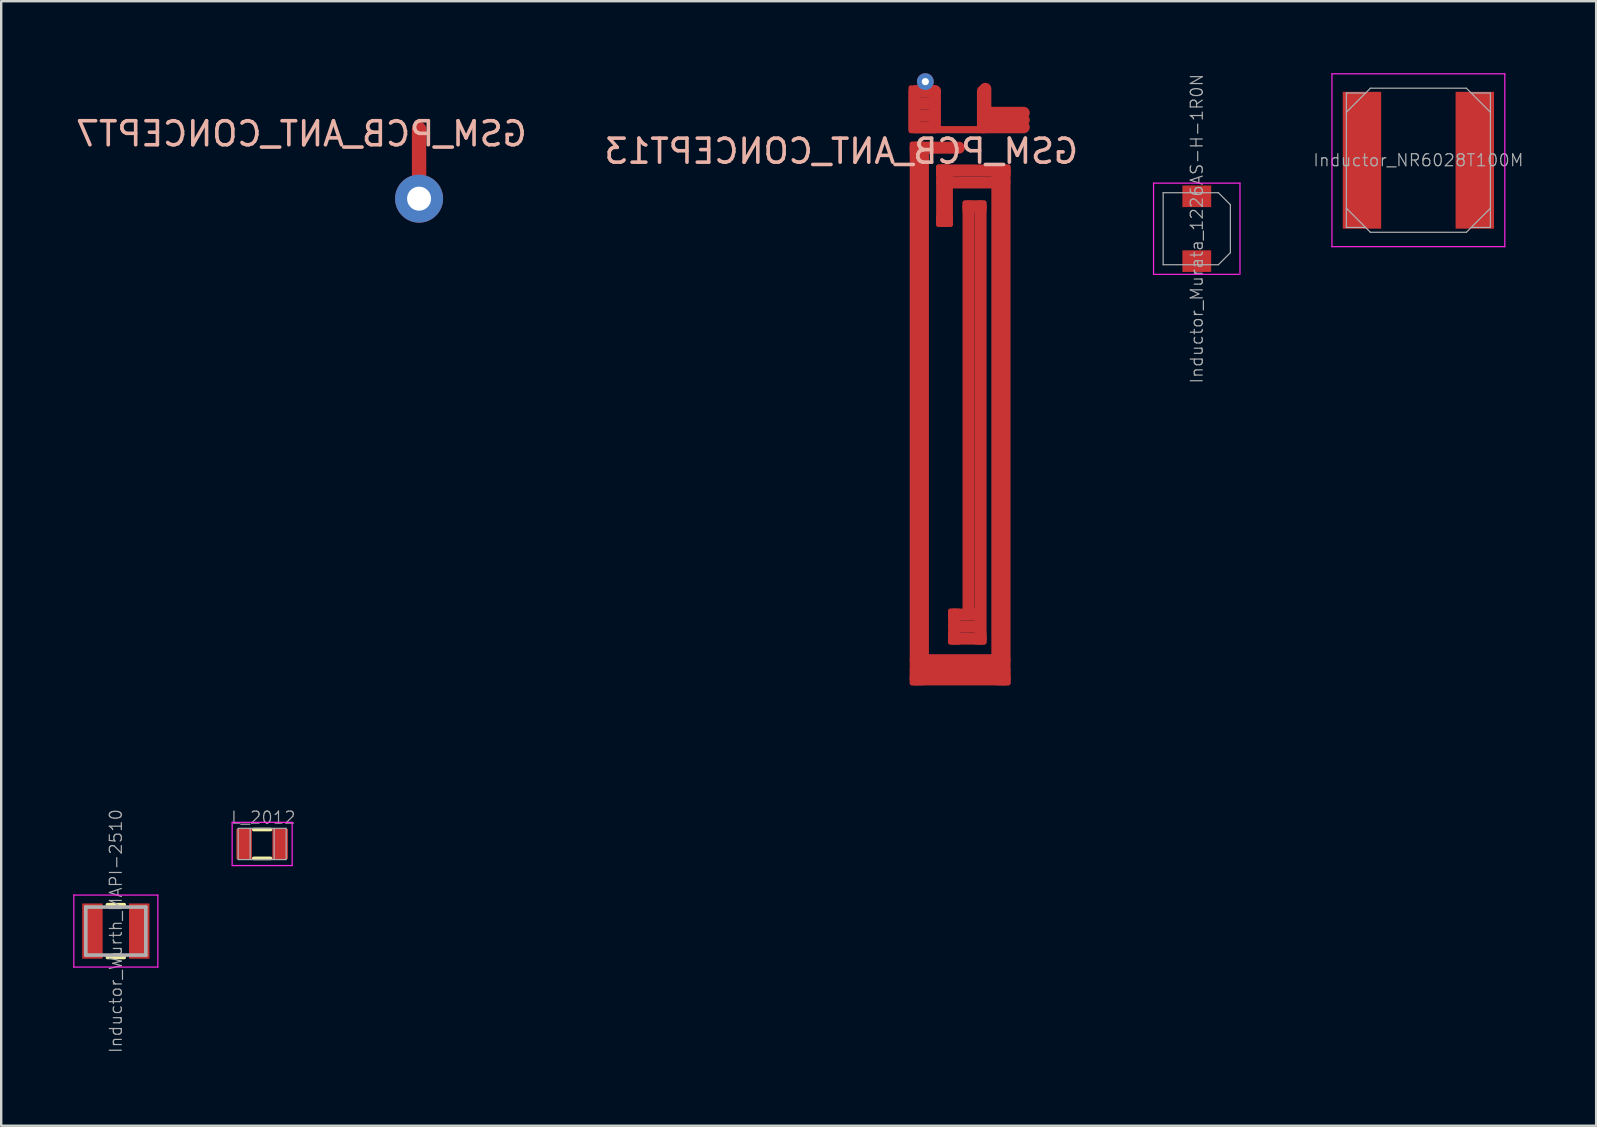
<source format=kicad_pcb>
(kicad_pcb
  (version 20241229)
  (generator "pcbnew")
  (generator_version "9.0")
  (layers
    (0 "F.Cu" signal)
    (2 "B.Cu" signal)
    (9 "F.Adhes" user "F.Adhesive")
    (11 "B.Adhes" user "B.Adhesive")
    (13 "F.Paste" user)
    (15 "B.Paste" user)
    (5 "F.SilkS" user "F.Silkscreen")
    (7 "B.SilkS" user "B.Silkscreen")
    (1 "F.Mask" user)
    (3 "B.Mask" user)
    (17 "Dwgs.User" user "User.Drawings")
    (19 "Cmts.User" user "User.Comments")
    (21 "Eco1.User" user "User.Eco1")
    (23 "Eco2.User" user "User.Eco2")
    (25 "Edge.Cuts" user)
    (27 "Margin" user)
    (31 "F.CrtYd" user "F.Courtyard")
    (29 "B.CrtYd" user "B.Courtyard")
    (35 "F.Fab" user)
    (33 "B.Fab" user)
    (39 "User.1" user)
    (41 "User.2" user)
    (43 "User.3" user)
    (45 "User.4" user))
  (footprint "Inductor_Murata_1226AS-H-1R0N"
    (layer "F.Cu")
    (at 46.801 6.477)
    (property "Reference" "Inductor_Murata_1226AS-H-1R0N" (at 0 0 270) (layer "F.Fab") (effects (font (size 0.5 0.5) (thickness 0.05))))
    (attr smd)
    (fp_line (start -1.8 -1.9) (end -1.8 1.9) (stroke (width 0.05) (type solid)) (layer "F.CrtYd"))
    (fp_line (start -1.8 1.9) (end 1.75 1.9) (stroke (width 0.05) (type solid)) (layer "F.CrtYd"))
    (fp_line (start 1.8 -1.9) (end -1.8 -1.9) (stroke (width 0.05) (type solid)) (layer "F.CrtYd"))
    (fp_line (start 1.8 1.9) (end 1.8 -1.9) (stroke (width 0.05) (type solid)) (layer "F.CrtYd"))
    (fp_line (start -1.4 -1.5) (end -1.4 1.5) (stroke (width 0.05) (type solid)) (layer "F.Fab"))
    (fp_line (start 0.9 -1.5) (end -1.4 -1.5) (stroke (width 0.05) (type solid)) (layer "F.Fab"))
    (fp_line (start 0.9 1.5) (end -1.4 1.5) (stroke (width 0.05) (type solid)) (layer "F.Fab"))
    (fp_line (start 1.4 -1) (end 0.9 -1.5) (stroke (width 0.05) (type solid)) (layer "F.Fab"))
    (fp_line (start 1.4 1) (end 0.9 1.5) (stroke (width 0.05) (type solid)) (layer "F.Fab"))
    (fp_line (start 1.4 1) (end 1.4 -1) (stroke (width 0.05) (type solid)) (layer "F.Fab"))
    (pad "1" smd rect (at 0 -1.35) (size 1.2 0.9) (layers "F.Cu" "F.Mask" "F.Paste"))
    (pad "2" smd rect (at 0 1.35) (size 1.2 0.9) (layers "F.Cu" "F.Mask" "F.Paste")))
  (footprint "Inductor_NR6028T100M"
    (layer "F.Cu")
    (at 56.032 3.625)
    (property "Reference" "Inductor_NR6028T100M" (at 0 0 0) (layer "F.Fab") (effects (font (size 0.5 0.5) (thickness 0.05))))
    (attr through_hole)
    (fp_line (start -3.6 -3.6) (end 3.6 -3.6) (stroke (width 0.05) (type solid)) (layer "F.CrtYd"))
    (fp_line (start -3.6 3.6) (end -3.6 -3.6) (stroke (width 0.05) (type solid)) (layer "F.CrtYd"))
    (fp_line (start 3.6 -3.6) (end 3.6 3.6) (stroke (width 0.05) (type solid)) (layer "F.CrtYd"))
    (fp_line (start 3.6 3.6) (end -3.6 3.6) (stroke (width 0.05) (type solid)) (layer "F.CrtYd"))
    (fp_line (start -3 -2.8) (end -2.2 -2.8) (stroke (width 0.05) (type solid)) (layer "F.Fab"))
    (fp_line (start -3 2.8) (end -3 -2.8) (stroke (width 0.05) (type solid)) (layer "F.Fab"))
    (fp_line (start -3 2.8) (end -2.2 2.8) (stroke (width 0.05) (type solid)) (layer "F.Fab"))
    (fp_line (start -2 -3) (end -3 -2) (stroke (width 0.05) (type solid)) (layer "F.Fab"))
    (fp_line (start -2 -3) (end 2 -3) (stroke (width 0.05) (type solid)) (layer "F.Fab"))
    (fp_line (start -2 3) (end -3 2) (stroke (width 0.05) (type solid)) (layer "F.Fab"))
    (fp_line (start 2 3) (end -2 3) (stroke (width 0.05) (type solid)) (layer "F.Fab"))
    (fp_line (start 2.2 -2.8) (end 3 -2.8) (stroke (width 0.05) (type solid)) (layer "F.Fab"))
    (fp_line (start 2.2 2.8) (end 3 2.8) (stroke (width 0.05) (type solid)) (layer "F.Fab"))
    (fp_line (start 3 -2.8) (end 3 2.8) (stroke (width 0.05) (type solid)) (layer "F.Fab"))
    (fp_line (start 3 -2) (end 2 -3) (stroke (width 0.05) (type solid)) (layer "F.Fab"))
    (fp_line (start 3 2) (end 2 3) (stroke (width 0.05) (type solid)) (layer "F.Fab"))
    (pad "1" smd rect (at -2.35 0) (size 1.6 5.7) (layers "F.Cu" "F.Mask" "F.Paste"))
    (pad "2" smd rect (at 2.35 0) (size 1.6 5.7) (layers "F.Cu" "F.Mask" "F.Paste")))
  (footprint "Inductor_Wurth_MAPI-2510"
    (layer "F.Cu")
    (at 1.775 35.733)
    (property "Reference" "Inductor_Wurth_MAPI-2510" (at 0 0 90) (layer "F.Fab") (effects (font (size 0.5 0.5) (thickness 0.05))))
    (attr smd)
    (fp_line (start -0.35 -1.1) (end 0.35 -1.1) (stroke (width 0.15) (type solid)) (layer "F.SilkS"))
    (fp_line (start -0.35 1.1) (end 0.35 1.1) (stroke (width 0.15) (type solid)) (layer "F.SilkS"))
    (fp_line (start -1.75 -1.5) (end -1.75 1.5) (stroke (width 0.05) (type solid)) (layer "F.CrtYd"))
    (fp_line (start -1.75 1.5) (end 1.75 1.5) (stroke (width 0.05) (type solid)) (layer "F.CrtYd"))
    (fp_line (start 1.75 -1.5) (end -1.75 -1.5) (stroke (width 0.05) (type solid)) (layer "F.CrtYd"))
    (fp_line (start 1.75 1.5) (end 1.75 -1.5) (stroke (width 0.05) (type solid)) (layer "F.CrtYd"))
    (fp_line (start -1.25 -1) (end -1.25 1) (stroke (width 0.15) (type solid)) (layer "F.Fab"))
    (fp_line (start -1.25 1) (end 1.25 1) (stroke (width 0.15) (type solid)) (layer "F.Fab"))
    (fp_line (start 1.25 -1) (end -1.25 -1) (stroke (width 0.15) (type solid)) (layer "F.Fab"))
    (fp_line (start 1.25 1) (end 1.25 -1) (stroke (width 0.15) (type solid)) (layer "F.Fab"))
    (pad "1" smd rect (at -0.975 0) (size 0.85 2.3) (layers "F.Cu" "F.Mask" "F.Paste"))
    (pad "2" smd rect (at 0.975 0) (size 0.85 2.3) (layers "F.Cu" "F.Mask" "F.Paste")))
  (footprint "L_2012"
    (layer "F.Cu")
    (at 7.87 32.105)
    (property "Reference" "L_2012" (at 0.05 -1.1 0) (layer "F.Fab") (effects (font (size 0.5 0.5) (thickness 0.05))))
    (attr smd)
    (fp_line (start -0.35 -0.6) (end 0.35 -0.6) (stroke (width 0.15) (type solid)) (layer "F.SilkS"))
    (fp_line (start 0.35 0.6) (end -0.35 0.6) (stroke (width 0.15) (type solid)) (layer "F.SilkS"))
    (fp_line (start -1.25 -0.9) (end -1.25 0.9) (stroke (width 0.05) (type solid)) (layer "F.CrtYd"))
    (fp_line (start -1.25 -0.9) (end 1.25 -0.9) (stroke (width 0.05) (type solid)) (layer "F.CrtYd"))
    (fp_line (start -1.25 0.9) (end 1.25 0.9) (stroke (width 0.05) (type solid)) (layer "F.CrtYd"))
    (fp_line (start 1.25 -0.9) (end 1.25 0.9) (stroke (width 0.05) (type solid)) (layer "F.CrtYd"))
    (fp_line (start -1 -0.65) (end 1 -0.65) (stroke (width 0.05) (type solid)) (layer "F.Fab"))
    (fp_line (start -1 0.65) (end -1 -0.65) (stroke (width 0.05) (type solid)) (layer "F.Fab"))
    (fp_line (start -0.5 0.65) (end -0.5 -0.65) (stroke (width 0.05) (type solid)) (layer "F.Fab"))
    (fp_line (start 0.5 -0.65) (end 0.5 0.65) (stroke (width 0.05) (type solid)) (layer "F.Fab"))
    (fp_line (start 1 -0.65) (end 1 0.65) (stroke (width 0.05) (type solid)) (layer "F.Fab"))
    (fp_line (start 1 0.65) (end -1 0.65) (stroke (width 0.05) (type solid)) (layer "F.Fab"))
    (pad "1" smd rect (at -0.75 0) (size 0.65 1.25) (layers "F.Cu" "F.Mask" "F.Paste"))
    (pad "2" smd rect (at 0.75 0) (size 0.65 1.25) (layers "F.Cu" "F.Mask" "F.Paste")))
  (footprint "GSM_PCB_ANT_CONCEPT7"
    (layer "F.Cu")
    (at 14.406 2.325)
    (property "Reference" "GSM_PCB_ANT_CONCEPT7" (at -4.9 0.2 0) (layer "B.SilkS") (effects (font (size 1 1) (thickness 0.15)) (justify mirror)))
    (attr through_hole)
    (fp_line (start 0 0) (end 0 2.9) (stroke (width 0.6) (type solid)) (layer "F.Cu"))
    (fp_line (start -2.15 -2.3) (end -2.15 22.6) (stroke (width 0.05) (type solid)) (layer "Eco1.User"))
    (fp_line (start -2.15 -2.3) (end 2.25 -2.3) (stroke (width 0.05) (type solid)) (layer "Eco1.User"))
    (fp_line (start -2.15 22.6) (end 2.05 22.6) (stroke (width 0.05) (type solid)) (layer "Eco1.User"))
    (fp_line (start -2.15 22.7) (end -2.15 22.8) (stroke (width 0.05) (type solid)) (layer "Eco1.User"))
    (fp_line (start -2.15 22.95) (end -2.15 23.05) (stroke (width 0.05) (type solid)) (layer "Eco1.User"))
    (fp_line (start -2.15 23.2) (end -2.15 23.3) (stroke (width 0.05) (type solid)) (layer "Eco1.User"))
    (fp_line (start -2.15 23.45) (end -2.15 23.55) (stroke (width 0.05) (type solid)) (layer "Eco1.User"))
    (fp_line (start -2.15 23.7) (end -2.15 23.8) (stroke (width 0.05) (type solid)) (layer "Eco1.User"))
    (fp_line (start -2.15 23.95) (end -2.15 24.05) (stroke (width 0.05) (type solid)) (layer "Eco1.User"))
    (fp_line (start -2.15 24.2) (end -2.15 24.3) (stroke (width 0.05) (type solid)) (layer "Eco1.User"))
    (fp_line (start -2.15 24.45) (end -2.15 24.55) (stroke (width 0.05) (type solid)) (layer "Eco1.User"))
    (fp_line (start -2.15 24.55) (end -2.05 24.55) (stroke (width 0.05) (type solid)) (layer "Eco1.User"))
    (fp_line (start -1.9 24.55) (end -1.8 24.55) (stroke (width 0.05) (type solid)) (layer "Eco1.User"))
    (fp_line (start -1.65 24.55) (end -1.55 24.55) (stroke (width 0.05) (type solid)) (layer "Eco1.User"))
    (fp_line (start -1.4 24.55) (end -1.3 24.55) (stroke (width 0.05) (type solid)) (layer "Eco1.User"))
    (fp_line (start -1.15 24.55) (end -1.05 24.55) (stroke (width 0.05) (type solid)) (layer "Eco1.User"))
    (fp_line (start -0.9 24.55) (end -0.8 24.55) (stroke (width 0.05) (type solid)) (layer "Eco1.User"))
    (fp_line (start -0.65 24.55) (end -0.55 24.55) (stroke (width 0.05) (type solid)) (layer "Eco1.User"))
    (fp_line (start -0.45 -0.325) (end -0.45 0.325) (stroke (width 0.05) (type solid)) (layer "Eco1.User"))
    (fp_line (start -0.45 -0.325) (end 0.45 -0.325) (stroke (width 0.05) (type solid)) (layer "Eco1.User"))
    (fp_line (start -0.45 0.325) (end 0.45 0.325) (stroke (width 0.05) (type solid)) (layer "Eco1.User"))
    (fp_line (start -0.4 24.55) (end -0.3 24.55) (stroke (width 0.05) (type solid)) (layer "Eco1.User"))
    (fp_line (start -0.15 24.55) (end -0.05 24.55) (stroke (width 0.05) (type solid)) (layer "Eco1.User"))
    (fp_line (start 0.1 24.55) (end 0.15 24.55) (stroke (width 0.05) (type solid)) (layer "Eco1.User"))
    (fp_line (start 0.275 24.375) (end 0.2 24.45) (stroke (width 0.05) (type solid)) (layer "Eco1.User"))
    (fp_line (start 0.45 -0.325) (end 0.45 0.325) (stroke (width 0.05) (type solid)) (layer "Eco1.User"))
    (fp_line (start 0.45 24.2) (end 0.375 24.275) (stroke (width 0.05) (type solid)) (layer "Eco1.User"))
    (fp_line (start 0.625 24.025) (end 0.55 24.1) (stroke (width 0.05) (type solid)) (layer "Eco1.User"))
    (fp_line (start 0.8 23.85) (end 0.725 23.925) (stroke (width 0.05) (type solid)) (layer "Eco1.User"))
    (fp_line (start 0.975 23.675) (end 0.9 23.75) (stroke (width 0.05) (type solid)) (layer "Eco1.User"))
    (fp_line (start 1.15 23.5) (end 1.075 23.575) (stroke (width 0.05) (type solid)) (layer "Eco1.User"))
    (fp_line (start 1.325 23.325) (end 1.25 23.4) (stroke (width 0.05) (type solid)) (layer "Eco1.User"))
    (fp_line (start 1.525 23.125) (end 1.45 23.2) (stroke (width 0.05) (type solid)) (layer "Eco1.User"))
    (fp_line (start 1.725 22.925) (end 1.65 23) (stroke (width 0.05) (type solid)) (layer "Eco1.User"))
    (fp_line (start 1.913 22.738) (end 1.837 22.812) (stroke (width 0.05) (type solid)) (layer "Eco1.User"))
    (fp_line (start 2.25 -2.3) (end 2.25 22.4) (stroke (width 0.05) (type solid)) (layer "Eco1.User"))
    (fp_line (start 2.25 22.4) (end 2.05 22.6) (stroke (width 0.05) (type solid)) (layer "Eco1.User"))
    (pad "1" smd rect (at 0 0) (size 0.2 0.2) (layers "F.Cu"))
    (pad "2" thru_hole circle (at 0 2.9) (size 2 2) (drill 1) (layers "*.Cu" "*.Mask")))
  (footprint "GSM_PCB_ANT_CONCEPT13"
    (layer "F.Cu")
    (at 36.894 3.05)
    (property "Reference" "GSM_PCB_ANT_CONCEPT13" (at -4.9 0.2 0) (layer "B.SilkS") (effects (font (size 1 1) (thickness 0.15)) (justify mirror)))
    (attr through_hole)
    (fp_line (start -2 -0.65) (end -2 -2.45) (stroke (width 0.2) (type solid)) (layer "F.Cu"))
    (fp_line (start -1.95 0.25) (end -1.95 -0.1) (stroke (width 0.2) (type solid)) (layer "F.Cu"))
    (fp_line (start -1.95 22) (end -1.95 22.35) (stroke (width 0.2) (type solid)) (layer "F.Cu"))
    (fp_line (start -1.85 -0.8) (end -1.85 -2.3) (stroke (width 0.5) (type solid)) (layer "F.Cu"))
    (fp_line (start -1.8 0.05) (end -1.8 22.2) (stroke (width 0.5) (type solid)) (layer "F.Cu"))
    (fp_line (start -1.8 21.4) (end 1.9 21.4) (stroke (width 0.5) (type solid)) (layer "F.Cu"))
    (fp_line (start -1.8 21.8) (end 1.9 21.8) (stroke (width 0.5) (type solid)) (layer "F.Cu"))
    (fp_line (start -1.8 22.2) (end 1.9 22.2) (stroke (width 0.5) (type solid)) (layer "F.Cu"))
    (fp_line (start -1.6 -0.1) (end -1.95 -0.1) (stroke (width 0.2) (type solid)) (layer "F.Cu"))
    (fp_line (start -1.6 22.35) (end -1.95 22.35) (stroke (width 0.2) (type solid)) (layer "F.Cu"))
    (fp_line (start -1.5 0.05) (end -1.5 22.2) (stroke (width 0.5) (type solid)) (layer "F.Cu"))
    (fp_line (start -1 -2.3) (end -1.8 -2.3) (stroke (width 0.5) (type solid)) (layer "F.Cu"))
    (fp_line (start -1 -1.8) (end -1.8 -1.8) (stroke (width 0.5) (type solid)) (layer "F.Cu"))
    (fp_line (start -1 -1.3) (end -1.8 -1.3) (stroke (width 0.5) (type solid)) (layer "F.Cu"))
    (fp_line (start -1 -0.8) (end -1.8 -0.8) (stroke (width 0.5) (type solid)) (layer "F.Cu"))
    (fp_line (start -1 -0.8) (end -1 -2.3) (stroke (width 0.5) (type solid)) (layer "F.Cu"))
    (fp_line (start -0.85 1.2) (end -0.85 0.85) (stroke (width 0.2) (type solid)) (layer "F.Cu"))
    (fp_line (start -0.85 2.9) (end -0.85 3.25) (stroke (width 0.2) (type solid)) (layer "F.Cu"))
    (fp_line (start -0.7 1) (end -0.7 3.1) (stroke (width 0.5) (type solid)) (layer "F.Cu"))
    (fp_line (start -0.7 1) (end 1.9 1) (stroke (width 0.5) (type solid)) (layer "F.Cu"))
    (fp_line (start -0.7 1.5) (end 1.9 1.5) (stroke (width 0.5) (type solid)) (layer "F.Cu"))
    (fp_line (start -0.7 3.1) (end -0.5 3.1) (stroke (width 0.5) (type solid)) (layer "F.Cu"))
    (fp_line (start -0.7 3.25) (end -0.35 3.25) (stroke (width 0.2) (type solid)) (layer "F.Cu"))
    (fp_line (start -0.5 0.85) (end -0.85 0.85) (stroke (width 0.2) (type solid)) (layer "F.Cu"))
    (fp_line (start -0.5 1) (end -0.5 3.1) (stroke (width 0.5) (type solid)) (layer "F.Cu"))
    (fp_line (start -0.5 3.25) (end -0.85 3.25) (stroke (width 0.2) (type solid)) (layer "F.Cu"))
    (fp_line (start -0.35 2.9) (end -0.35 3.25) (stroke (width 0.2) (type solid)) (layer "F.Cu"))
    (fp_line (start -0.35 19.7) (end -0.35 19.35) (stroke (width 0.2) (type solid)) (layer "F.Cu"))
    (fp_line (start -0.35 20.3) (end -0.35 20.65) (stroke (width 0.2) (type solid)) (layer "F.Cu"))
    (fp_line (start -0.2 19.5) (end 0.7 19.5) (stroke (width 0.5) (type solid)) (layer "F.Cu"))
    (fp_line (start -0.2 20) (end 0.7 20) (stroke (width 0.5) (type solid)) (layer "F.Cu"))
    (fp_line (start -0.2 20.5) (end -0.2 19.5) (stroke (width 0.5) (type solid)) (layer "F.Cu"))
    (fp_line (start -0.2 20.5) (end 0.9 20.5) (stroke (width 0.5) (type solid)) (layer "F.Cu"))
    (fp_line (start 0 0.05) (end -1.8 0.05) (stroke (width 0.5) (type solid)) (layer "F.Cu"))
    (fp_line (start 0 19.35) (end -0.35 19.35) (stroke (width 0.2) (type solid)) (layer "F.Cu"))
    (fp_line (start 0 20.65) (end -0.35 20.65) (stroke (width 0.2) (type solid)) (layer "F.Cu"))
    (fp_line (start 0.25 2.7) (end 0.25 2.35) (stroke (width 0.2) (type solid)) (layer "F.Cu"))
    (fp_line (start 0.4 2.5) (end 0.4 19.3) (stroke (width 0.5) (type solid)) (layer "F.Cu"))
    (fp_line (start 0.4 2.5) (end 0.9 2.5) (stroke (width 0.5) (type solid)) (layer "F.Cu"))
    (fp_line (start 0.6 2.35) (end 0.25 2.35) (stroke (width 0.2) (type solid)) (layer "F.Cu"))
    (fp_line (start 0.7 2.35) (end 1.05 2.35) (stroke (width 0.2) (type solid)) (layer "F.Cu"))
    (fp_line (start 0.7 20.65) (end 1.05 20.65) (stroke (width 0.2) (type solid)) (layer "F.Cu"))
    (fp_line (start 0.9 2.5) (end 0.9 20.5) (stroke (width 0.5) (type solid)) (layer "F.Cu"))
    (fp_line (start 1 -0.8) (end 1 -2.3) (stroke (width 0.5) (type solid)) (layer "F.Cu"))
    (fp_line (start 1 -0.7) (end -1.95 -0.7) (stroke (width 0.3) (type solid)) (layer "F.Cu"))
    (fp_line (start 1.05 2.7) (end 1.05 2.35) (stroke (width 0.2) (type solid)) (layer "F.Cu"))
    (fp_line (start 1.05 20.3) (end 1.05 20.65) (stroke (width 0.2) (type solid)) (layer "F.Cu"))
    (fp_line (start 1.1 -0.8) (end 1.1 -2.4) (stroke (width 0.5) (type solid)) (layer "F.Cu"))
    (fp_line (start 1.6 1) (end 1.6 22.2) (stroke (width 0.5) (type solid)) (layer "F.Cu"))
    (fp_line (start 1.7 0.85) (end 2.05 0.85) (stroke (width 0.2) (type solid)) (layer "F.Cu"))
    (fp_line (start 1.7 22.35) (end 2.05 22.35) (stroke (width 0.2) (type solid)) (layer "F.Cu"))
    (fp_line (start 1.9 1) (end 1.9 22.2) (stroke (width 0.5) (type solid)) (layer "F.Cu"))
    (fp_line (start 2.05 1.2) (end 2.05 0.85) (stroke (width 0.2) (type solid)) (layer "F.Cu"))
    (fp_line (start 2.05 22) (end 2.05 22.35) (stroke (width 0.2) (type solid)) (layer "F.Cu"))
    (fp_line (start 2.7 -1.4) (end 1 -1.4) (stroke (width 0.5) (type solid)) (layer "F.Cu"))
    (fp_line (start 2.7 -1.1) (end 1 -1.1) (stroke (width 0.5) (type solid)) (layer "F.Cu"))
    (fp_line (start 2.7 -0.8) (end 1 -0.8) (stroke (width 0.5) (type solid)) (layer "F.Cu"))
    (fp_line (start -2.15 -2.3) (end -2.15 22.6) (stroke (width 0.05) (type solid)) (layer "Eco1.User"))
    (fp_line (start -2.15 -2.3) (end 2.25 -2.3) (stroke (width 0.05) (type solid)) (layer "Eco1.User"))
    (fp_line (start -2.15 22.6) (end 2.05 22.6) (stroke (width 0.05) (type solid)) (layer "Eco1.User"))
    (fp_line (start -2.15 22.7) (end -2.15 22.8) (stroke (width 0.05) (type solid)) (layer "Eco1.User"))
    (fp_line (start -2.15 22.95) (end -2.15 23.05) (stroke (width 0.05) (type solid)) (layer "Eco1.User"))
    (fp_line (start -2.15 23.2) (end -2.15 23.3) (stroke (width 0.05) (type solid)) (layer "Eco1.User"))
    (fp_line (start -2.15 23.45) (end -2.15 23.55) (stroke (width 0.05) (type solid)) (layer "Eco1.User"))
    (fp_line (start -2.15 23.7) (end -2.15 23.8) (stroke (width 0.05) (type solid)) (layer "Eco1.User"))
    (fp_line (start -2.15 23.95) (end -2.15 24.05) (stroke (width 0.05) (type solid)) (layer "Eco1.User"))
    (fp_line (start -2.15 24.2) (end -2.15 24.3) (stroke (width 0.05) (type solid)) (layer "Eco1.User"))
    (fp_line (start -2.15 24.45) (end -2.15 24.55) (stroke (width 0.05) (type solid)) (layer "Eco1.User"))
    (fp_line (start -2.15 24.55) (end -2.05 24.55) (stroke (width 0.05) (type solid)) (layer "Eco1.User"))
    (fp_line (start -1.9 24.55) (end -1.8 24.55) (stroke (width 0.05) (type solid)) (layer "Eco1.User"))
    (fp_line (start -1.65 24.55) (end -1.55 24.55) (stroke (width 0.05) (type solid)) (layer "Eco1.User"))
    (fp_line (start -1.4 24.55) (end -1.3 24.55) (stroke (width 0.05) (type solid)) (layer "Eco1.User"))
    (fp_line (start -1.15 24.55) (end -1.05 24.55) (stroke (width 0.05) (type solid)) (layer "Eco1.User"))
    (fp_line (start -0.9 24.55) (end -0.8 24.55) (stroke (width 0.05) (type solid)) (layer "Eco1.User"))
    (fp_line (start -0.65 24.55) (end -0.55 24.55) (stroke (width 0.05) (type solid)) (layer "Eco1.User"))
    (fp_line (start -0.45 -0.325) (end -0.45 0.325) (stroke (width 0.05) (type solid)) (layer "Eco1.User"))
    (fp_line (start -0.45 -0.325) (end 0.45 -0.325) (stroke (width 0.05) (type solid)) (layer "Eco1.User"))
    (fp_line (start -0.45 0.325) (end 0.45 0.325) (stroke (width 0.05) (type solid)) (layer "Eco1.User"))
    (fp_line (start -0.4 24.55) (end -0.3 24.55) (stroke (width 0.05) (type solid)) (layer "Eco1.User"))
    (fp_line (start -0.15 24.55) (end -0.05 24.55) (stroke (width 0.05) (type solid)) (layer "Eco1.User"))
    (fp_line (start 0.1 24.55) (end 0.15 24.55) (stroke (width 0.05) (type solid)) (layer "Eco1.User"))
    (fp_line (start 0.275 24.375) (end 0.2 24.45) (stroke (width 0.05) (type solid)) (layer "Eco1.User"))
    (fp_line (start 0.45 -0.325) (end 0.45 0.325) (stroke (width 0.05) (type solid)) (layer "Eco1.User"))
    (fp_line (start 0.45 24.2) (end 0.375 24.275) (stroke (width 0.05) (type solid)) (layer "Eco1.User"))
    (fp_line (start 0.625 24.025) (end 0.55 24.1) (stroke (width 0.05) (type solid)) (layer "Eco1.User"))
    (fp_line (start 0.8 23.85) (end 0.725 23.925) (stroke (width 0.05) (type solid)) (layer "Eco1.User"))
    (fp_line (start 0.975 23.675) (end 0.9 23.75) (stroke (width 0.05) (type solid)) (layer "Eco1.User"))
    (fp_line (start 1.15 23.5) (end 1.075 23.575) (stroke (width 0.05) (type solid)) (layer "Eco1.User"))
    (fp_line (start 1.325 23.325) (end 1.25 23.4) (stroke (width 0.05) (type solid)) (layer "Eco1.User"))
    (fp_line (start 1.525 23.125) (end 1.45 23.2) (stroke (width 0.05) (type solid)) (layer "Eco1.User"))
    (fp_line (start 1.725 22.925) (end 1.65 23) (stroke (width 0.05) (type solid)) (layer "Eco1.User"))
    (fp_line (start 1.913 22.738) (end 1.837 22.812) (stroke (width 0.05) (type solid)) (layer "Eco1.User"))
    (fp_line (start 2.25 -2.3) (end 2.25 22.4) (stroke (width 0.05) (type solid)) (layer "Eco1.User"))
    (fp_line (start 2.25 22.4) (end 2.05 22.6) (stroke (width 0.05) (type solid)) (layer "Eco1.User"))
    (pad "1" smd rect (at 0 0) (size 0.2 0.2) (layers "F.Cu"))
    (pad "2" thru_hole circle (at -1.4 -2.7) (size 0.7 0.7) (drill 0.3) (layers "*.Cu")))
  (gr_rect
    (start -3 -3)
    (end 63.438 43.842)
    (stroke (width 0.1) (type default))
    (fill no)
    (layer "Edge.Cuts")))
</source>
